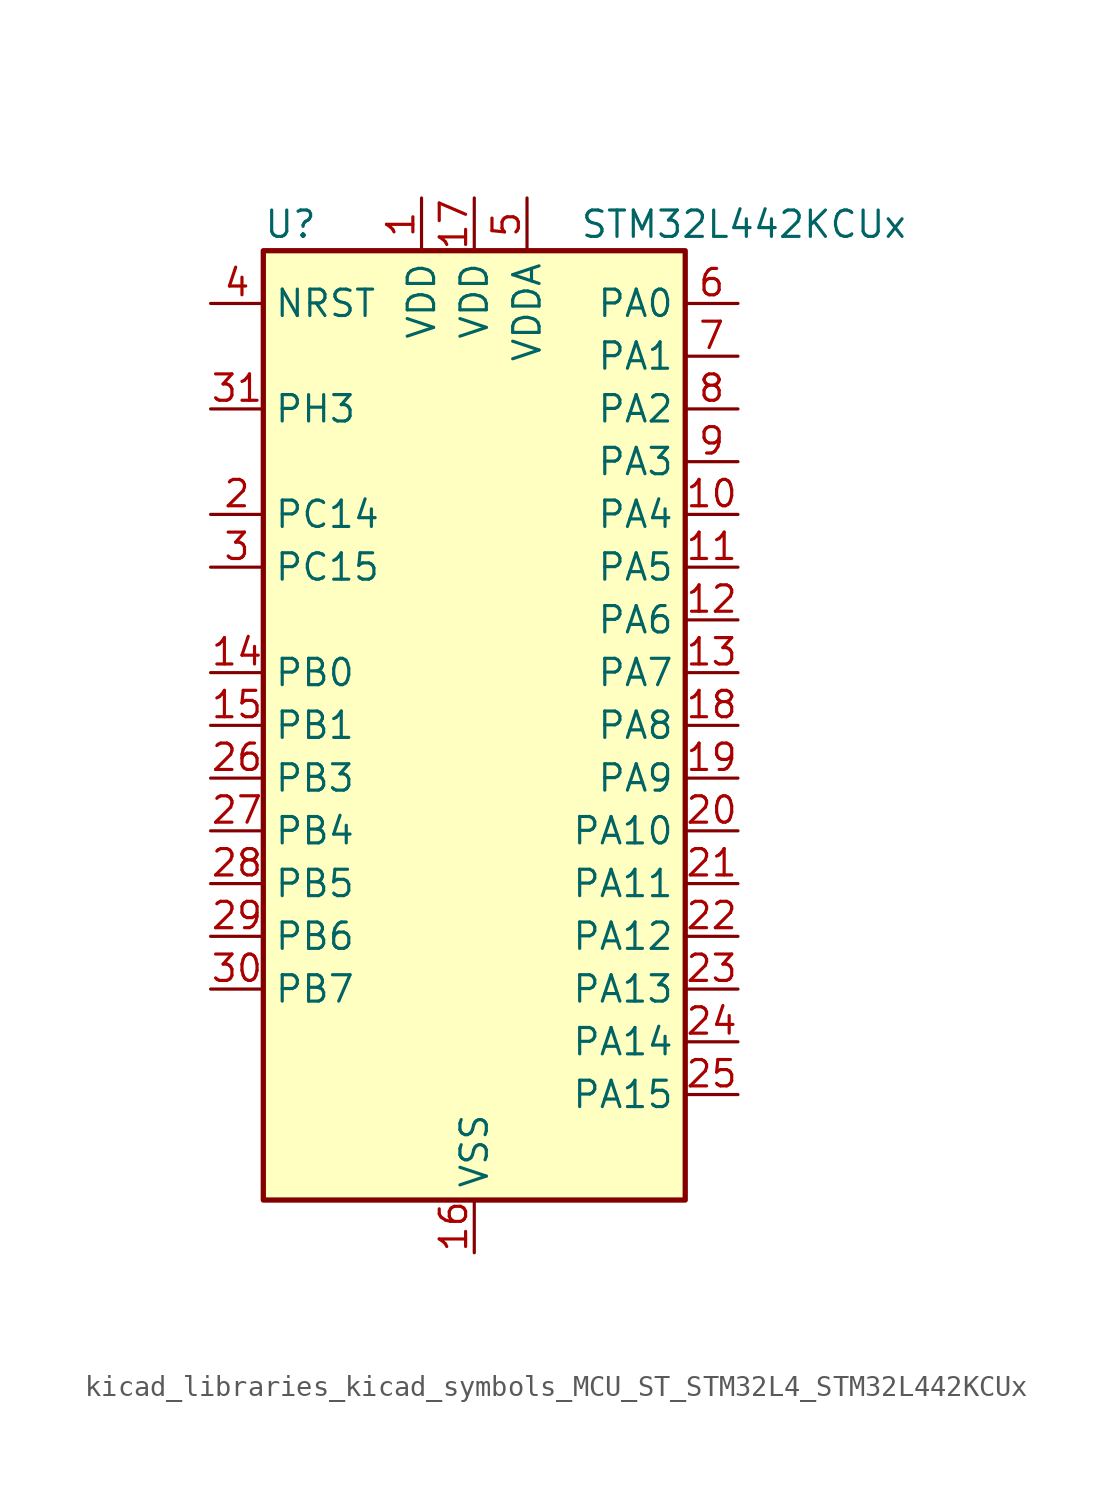
<source format=kicad_sym>
(kicad_symbol_lib
  (version 20220914)
  (generator kicad_symbol_editor)
  (symbol "kicad_libraries_kicad_symbols_MCU_ST_STM32L4_STM32L442KCUx"
    (property "Reference" "U"
      (at -10.16 24.13 0)
      (effects (font (size 1.27 1.27)) (justify left)))
    (property "Value" "STM32L442KCUx"
      (at 5.08 24.13 0)
      (effects (font (size 1.27 1.27)) (justify left)))
    (property "ki_locked" ""
      (at 0 0 0)
      (effects (font (size 1.27 1.27))))
    (symbol "kicad_libraries_kicad_symbols_MCU_ST_STM32L4_STM32L442KCUx_0_1"
      (rectangle (start -10.16 -22.86) (end 10.16 22.86) (stroke (width 0.254) (type default)) (fill (type background))))
    (symbol "kicad_libraries_kicad_symbols_MCU_ST_STM32L4_STM32L442KCUx_1_1"
      (pin power_in line (at -2.54 25.4 270) (length 2.54) (name "VDD" (effects (font (size 1.27 1.27)))) (number "1" (effects (font (size 1.27 1.27)))))
      (pin bidirectional line (at 12.7 10.16 180) (length 2.54) (name "PA4" (effects (font (size 1.27 1.27)))) (number "10" (effects (font (size 1.27 1.27)))) (alternate "ADC1_IN9" bidirectional line) (alternate "COMP1_INM" bidirectional line) (alternate "COMP2_INM" bidirectional line) (alternate "DAC1_OUT1" bidirectional line) (alternate "LPTIM2_OUT" bidirectional line) (alternate "SAI1_FS_B" bidirectional line) (alternate "SPI1_NSS" bidirectional line) (alternate "SPI3_NSS" bidirectional line) (alternate "USART2_CK" bidirectional line))
      (pin bidirectional line (at 12.7 7.62 180) (length 2.54) (name "PA5" (effects (font (size 1.27 1.27)))) (number "11" (effects (font (size 1.27 1.27)))) (alternate "ADC1_IN10" bidirectional line) (alternate "COMP1_INM" bidirectional line) (alternate "COMP2_INM" bidirectional line) (alternate "DAC1_OUT2" bidirectional line) (alternate "LPTIM2_ETR" bidirectional line) (alternate "SPI1_SCK" bidirectional line) (alternate "TIM2_CH1" bidirectional line) (alternate "TIM2_ETR" bidirectional line))
      (pin bidirectional line (at 12.7 5.08 180) (length 2.54) (name "PA6" (effects (font (size 1.27 1.27)))) (number "12" (effects (font (size 1.27 1.27)))) (alternate "ADC1_IN11" bidirectional line) (alternate "COMP1_OUT" bidirectional line) (alternate "LPUART1_CTS" bidirectional line) (alternate "QUADSPI_BK1_IO3" bidirectional line) (alternate "SPI1_MISO" bidirectional line) (alternate "TIM16_CH1" bidirectional line) (alternate "TIM1_BKIN" bidirectional line) (alternate "TIM1_BKIN_COMP2" bidirectional line))
      (pin bidirectional line (at 12.7 2.54 180) (length 2.54) (name "PA7" (effects (font (size 1.27 1.27)))) (number "13" (effects (font (size 1.27 1.27)))) (alternate "ADC1_IN12" bidirectional line) (alternate "COMP2_OUT" bidirectional line) (alternate "I2C3_SCL" bidirectional line) (alternate "QUADSPI_BK1_IO2" bidirectional line) (alternate "SPI1_MOSI" bidirectional line) (alternate "TIM1_CH1N" bidirectional line))
      (pin bidirectional line (at -12.7 2.54 0) (length 2.54) (name "PB0" (effects (font (size 1.27 1.27)))) (number "14" (effects (font (size 1.27 1.27)))) (alternate "ADC1_IN15" bidirectional line) (alternate "COMP1_OUT" bidirectional line) (alternate "QUADSPI_BK1_IO1" bidirectional line) (alternate "SAI1_EXTCLK" bidirectional line) (alternate "SPI1_NSS" bidirectional line) (alternate "TIM1_CH2N" bidirectional line))
      (pin bidirectional line (at -12.7 0 0) (length 2.54) (name "PB1" (effects (font (size 1.27 1.27)))) (number "15" (effects (font (size 1.27 1.27)))) (alternate "ADC1_IN16" bidirectional line) (alternate "COMP1_INM" bidirectional line) (alternate "LPTIM2_IN1" bidirectional line) (alternate "LPUART1_DE" bidirectional line) (alternate "LPUART1_RTS" bidirectional line) (alternate "QUADSPI_BK1_IO0" bidirectional line) (alternate "TIM1_CH3N" bidirectional line))
      (pin power_in line (at 0 -25.4 90) (length 2.54) (name "VSS" (effects (font (size 1.27 1.27)))) (number "16" (effects (font (size 1.27 1.27)))))
      (pin power_in line (at 0 25.4 270) (length 2.54) (name "VDD" (effects (font (size 1.27 1.27)))) (number "17" (effects (font (size 1.27 1.27)))))
      (pin bidirectional line (at 12.7 0 180) (length 2.54) (name "PA8" (effects (font (size 1.27 1.27)))) (number "18" (effects (font (size 1.27 1.27)))) (alternate "LPTIM2_OUT" bidirectional line) (alternate "RCC_MCO" bidirectional line) (alternate "SAI1_SCK_A" bidirectional line) (alternate "SWPMI1_IO" bidirectional line) (alternate "TIM1_CH1" bidirectional line) (alternate "USART1_CK" bidirectional line))
      (pin bidirectional line (at 12.7 -2.54 180) (length 2.54) (name "PA9" (effects (font (size 1.27 1.27)))) (number "19" (effects (font (size 1.27 1.27)))) (alternate "DAC1_EXTI9" bidirectional line) (alternate "I2C1_SCL" bidirectional line) (alternate "SAI1_FS_A" bidirectional line) (alternate "TIM15_BKIN" bidirectional line) (alternate "TIM1_CH2" bidirectional line) (alternate "USART1_TX" bidirectional line))
      (pin bidirectional line (at -12.7 10.16 0) (length 2.54) (name "PC14" (effects (font (size 1.27 1.27)))) (number "2" (effects (font (size 1.27 1.27)))) (alternate "RCC_OSC32_IN" bidirectional line))
      (pin bidirectional line (at 12.7 -5.08 180) (length 2.54) (name "PA10" (effects (font (size 1.27 1.27)))) (number "20" (effects (font (size 1.27 1.27)))) (alternate "CRS_SYNC" bidirectional line) (alternate "I2C1_SDA" bidirectional line) (alternate "SAI1_SD_A" bidirectional line) (alternate "TIM1_CH3" bidirectional line) (alternate "USART1_RX" bidirectional line))
      (pin bidirectional line (at 12.7 -7.62 180) (length 2.54) (name "PA11" (effects (font (size 1.27 1.27)))) (number "21" (effects (font (size 1.27 1.27)))) (alternate "ADC1_EXTI11" bidirectional line) (alternate "CAN1_RX" bidirectional line) (alternate "COMP1_OUT" bidirectional line) (alternate "SPI1_MISO" bidirectional line) (alternate "TIM1_BKIN2" bidirectional line) (alternate "TIM1_BKIN2_COMP1" bidirectional line) (alternate "TIM1_CH4" bidirectional line) (alternate "USART1_CTS" bidirectional line) (alternate "USB_DM" bidirectional line))
      (pin bidirectional line (at 12.7 -10.16 180) (length 2.54) (name "PA12" (effects (font (size 1.27 1.27)))) (number "22" (effects (font (size 1.27 1.27)))) (alternate "CAN1_TX" bidirectional line) (alternate "SPI1_MOSI" bidirectional line) (alternate "TIM1_ETR" bidirectional line) (alternate "USART1_DE" bidirectional line) (alternate "USART1_RTS" bidirectional line) (alternate "USB_DP" bidirectional line))
      (pin bidirectional line (at 12.7 -12.7 180) (length 2.54) (name "PA13" (effects (font (size 1.27 1.27)))) (number "23" (effects (font (size 1.27 1.27)))) (alternate "IR_OUT" bidirectional line) (alternate "SAI1_SD_B" bidirectional line) (alternate "SWPMI1_TX" bidirectional line) (alternate "SYS_JTMS-SWDIO" bidirectional line) (alternate "USB_NOE" bidirectional line))
      (pin bidirectional line (at 12.7 -15.24 180) (length 2.54) (name "PA14" (effects (font (size 1.27 1.27)))) (number "24" (effects (font (size 1.27 1.27)))) (alternate "I2C1_SMBA" bidirectional line) (alternate "LPTIM1_OUT" bidirectional line) (alternate "SAI1_FS_B" bidirectional line) (alternate "SWPMI1_RX" bidirectional line) (alternate "SYS_JTCK-SWCLK" bidirectional line))
      (pin bidirectional line (at 12.7 -17.78 180) (length 2.54) (name "PA15" (effects (font (size 1.27 1.27)))) (number "25" (effects (font (size 1.27 1.27)))) (alternate "ADC1_EXTI15" bidirectional line) (alternate "SPI1_NSS" bidirectional line) (alternate "SPI3_NSS" bidirectional line) (alternate "SWPMI1_SUSPEND" bidirectional line) (alternate "SYS_JTDI" bidirectional line) (alternate "TIM2_CH1" bidirectional line) (alternate "TIM2_ETR" bidirectional line) (alternate "USART2_RX" bidirectional line))
      (pin bidirectional line (at -12.7 -2.54 0) (length 2.54) (name "PB3" (effects (font (size 1.27 1.27)))) (number "26" (effects (font (size 1.27 1.27)))) (alternate "COMP2_INM" bidirectional line) (alternate "SAI1_SCK_B" bidirectional line) (alternate "SPI1_SCK" bidirectional line) (alternate "SPI3_SCK" bidirectional line) (alternate "SYS_JTDO-SWO" bidirectional line) (alternate "TIM2_CH2" bidirectional line) (alternate "USART1_DE" bidirectional line) (alternate "USART1_RTS" bidirectional line))
      (pin bidirectional line (at -12.7 -5.08 0) (length 2.54) (name "PB4" (effects (font (size 1.27 1.27)))) (number "27" (effects (font (size 1.27 1.27)))) (alternate "COMP2_INP" bidirectional line) (alternate "I2C3_SDA" bidirectional line) (alternate "SAI1_MCLK_B" bidirectional line) (alternate "SPI1_MISO" bidirectional line) (alternate "SPI3_MISO" bidirectional line) (alternate "SYS_JTRST" bidirectional line) (alternate "TSC_G2_IO1" bidirectional line) (alternate "USART1_CTS" bidirectional line))
      (pin bidirectional line (at -12.7 -7.62 0) (length 2.54) (name "PB5" (effects (font (size 1.27 1.27)))) (number "28" (effects (font (size 1.27 1.27)))) (alternate "COMP2_OUT" bidirectional line) (alternate "I2C1_SMBA" bidirectional line) (alternate "LPTIM1_IN1" bidirectional line) (alternate "SAI1_SD_B" bidirectional line) (alternate "SPI1_MOSI" bidirectional line) (alternate "SPI3_MOSI" bidirectional line) (alternate "TIM16_BKIN" bidirectional line) (alternate "TSC_G2_IO2" bidirectional line) (alternate "USART1_CK" bidirectional line))
      (pin bidirectional line (at -12.7 -10.16 0) (length 2.54) (name "PB6" (effects (font (size 1.27 1.27)))) (number "29" (effects (font (size 1.27 1.27)))) (alternate "COMP2_INP" bidirectional line) (alternate "I2C1_SCL" bidirectional line) (alternate "LPTIM1_ETR" bidirectional line) (alternate "SAI1_FS_B" bidirectional line) (alternate "TIM16_CH1N" bidirectional line) (alternate "TSC_G2_IO3" bidirectional line) (alternate "USART1_TX" bidirectional line))
      (pin bidirectional line (at -12.7 7.62 0) (length 2.54) (name "PC15" (effects (font (size 1.27 1.27)))) (number "3" (effects (font (size 1.27 1.27)))) (alternate "ADC1_EXTI15" bidirectional line) (alternate "RCC_OSC32_OUT" bidirectional line))
      (pin bidirectional line (at -12.7 -12.7 0) (length 2.54) (name "PB7" (effects (font (size 1.27 1.27)))) (number "30" (effects (font (size 1.27 1.27)))) (alternate "COMP2_INM" bidirectional line) (alternate "I2C1_SDA" bidirectional line) (alternate "LPTIM1_IN2" bidirectional line) (alternate "SYS_PVD_IN" bidirectional line) (alternate "TSC_G2_IO4" bidirectional line) (alternate "USART1_RX" bidirectional line))
      (pin bidirectional line (at -12.7 15.24 0) (length 2.54) (name "PH3" (effects (font (size 1.27 1.27)))) (number "31" (effects (font (size 1.27 1.27)))))
      (pin passive line (at 0 -25.4 90) (length 2.54) hide (name "VSS" (effects (font (size 1.27 1.27)))) (number "32" (effects (font (size 1.27 1.27)))))
      (pin passive line (at 0 -25.4 90) (length 2.54) hide (name "VSS" (effects (font (size 1.27 1.27)))) (number "33" (effects (font (size 1.27 1.27)))))
      (pin input line (at -12.7 20.32 0) (length 2.54) (name "NRST" (effects (font (size 1.27 1.27)))) (number "4" (effects (font (size 1.27 1.27)))))
      (pin power_in line (at 2.54 25.4 270) (length 2.54) (name "VDDA" (effects (font (size 1.27 1.27)))) (number "5" (effects (font (size 1.27 1.27)))))
      (pin bidirectional line (at 12.7 20.32 180) (length 2.54) (name "PA0" (effects (font (size 1.27 1.27)))) (number "6" (effects (font (size 1.27 1.27)))) (alternate "ADC1_IN5" bidirectional line) (alternate "COMP1_INM" bidirectional line) (alternate "COMP1_OUT" bidirectional line) (alternate "OPAMP1_VINP" bidirectional line) (alternate "RCC_CK_IN" bidirectional line) (alternate "RTC_TAMP2" bidirectional line) (alternate "SAI1_EXTCLK" bidirectional line) (alternate "SYS_WKUP1" bidirectional line) (alternate "TIM2_CH1" bidirectional line) (alternate "TIM2_ETR" bidirectional line) (alternate "USART2_CTS" bidirectional line))
      (pin bidirectional line (at 12.7 17.78 180) (length 2.54) (name "PA1" (effects (font (size 1.27 1.27)))) (number "7" (effects (font (size 1.27 1.27)))) (alternate "ADC1_IN6" bidirectional line) (alternate "COMP1_INP" bidirectional line) (alternate "I2C1_SMBA" bidirectional line) (alternate "OPAMP1_VINM" bidirectional line) (alternate "SPI1_SCK" bidirectional line) (alternate "TIM15_CH1N" bidirectional line) (alternate "TIM2_CH2" bidirectional line) (alternate "USART2_DE" bidirectional line) (alternate "USART2_RTS" bidirectional line))
      (pin bidirectional line (at 12.7 15.24 180) (length 2.54) (name "PA2" (effects (font (size 1.27 1.27)))) (number "8" (effects (font (size 1.27 1.27)))) (alternate "ADC1_IN7" bidirectional line) (alternate "COMP2_INM" bidirectional line) (alternate "COMP2_OUT" bidirectional line) (alternate "LPUART1_TX" bidirectional line) (alternate "QUADSPI_BK1_NCS" bidirectional line) (alternate "RCC_LSCO" bidirectional line) (alternate "SYS_WKUP4" bidirectional line) (alternate "TIM15_CH1" bidirectional line) (alternate "TIM2_CH3" bidirectional line) (alternate "USART2_TX" bidirectional line))
      (pin bidirectional line (at 12.7 12.7 180) (length 2.54) (name "PA3" (effects (font (size 1.27 1.27)))) (number "9" (effects (font (size 1.27 1.27)))) (alternate "ADC1_IN8" bidirectional line) (alternate "COMP2_INP" bidirectional line) (alternate "LPUART1_RX" bidirectional line) (alternate "OPAMP1_VOUT" bidirectional line) (alternate "QUADSPI_CLK" bidirectional line) (alternate "SAI1_MCLK_A" bidirectional line) (alternate "TIM15_CH2" bidirectional line) (alternate "TIM2_CH4" bidirectional line) (alternate "USART2_RX" bidirectional line)))))
</source>
